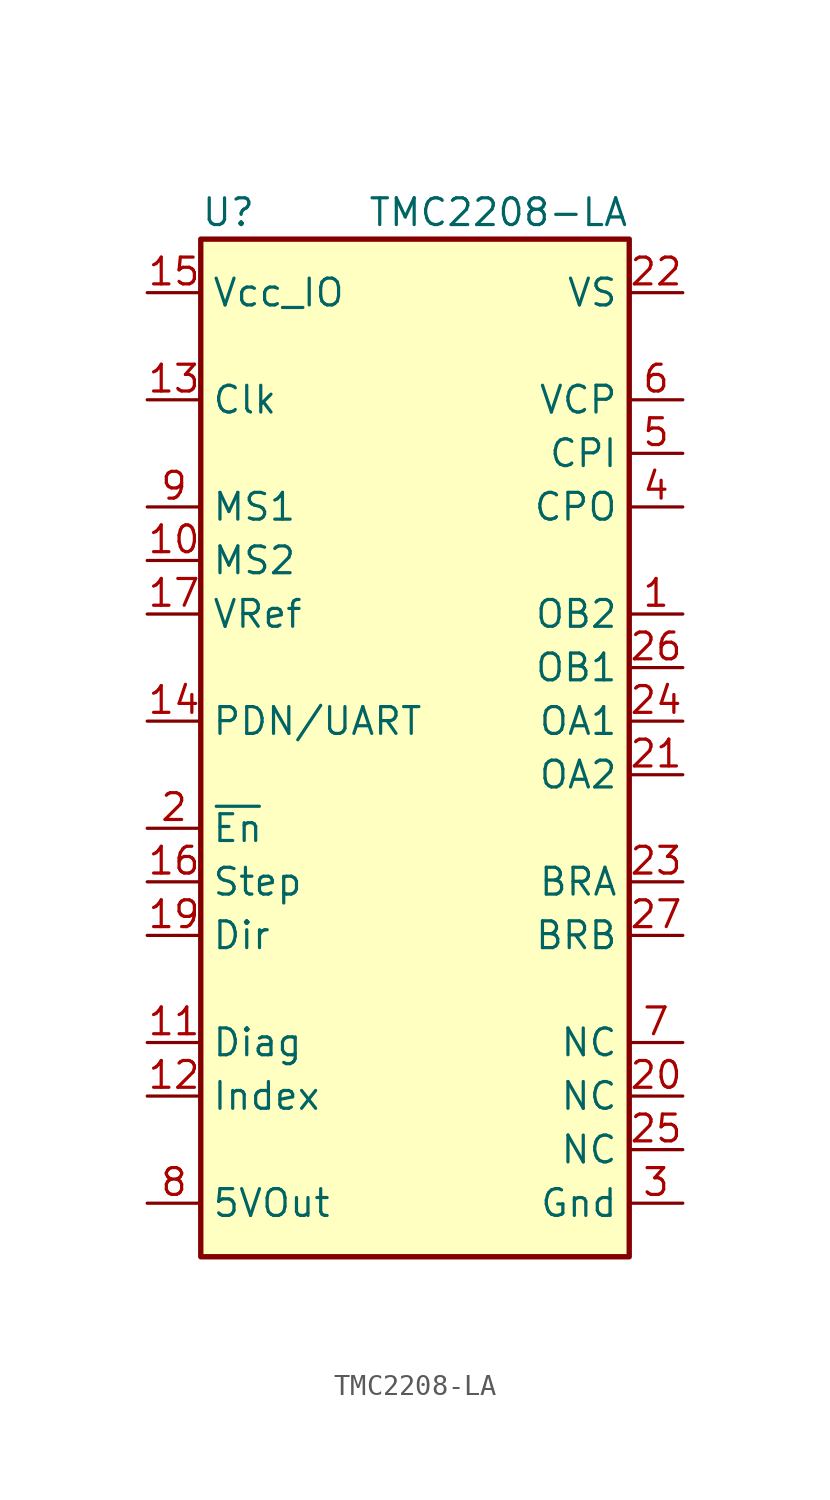
<source format=kicad_sym>
(kicad_symbol_lib
  (version 20220914)
  (generator https://github.com/uPesy/easyeda2kicad.py)
  (symbol "TMC2208-LA"
    (property "Reference" "U"
      (at -10.16 25.4 0)
      (effects (font (size 1.27 1.27)) (justify left)))
    (property "Value" "TMC2208-LA"
      (at 10.16 25.4 0)
      (effects (font (size 1.27 1.27)) (justify right)))
    (symbol "TMC2208-LA_0_0"
      (pin power_out line (at 12.7 6.35 180) (length 2.54) (name "OB2" (effects (font (size 1.27 1.27)))) (number "1" (effects (font (size 1.27 1.27)))))
      (pin input line (at -12.7 8.89 0) (length 2.54) (name "MS2" (effects (font (size 1.27 1.27)))) (number "10" (effects (font (size 1.27 1.27)))))
      (pin output line (at -12.7 -13.97 0) (length 2.54) (name "Diag" (effects (font (size 1.27 1.27)))) (number "11" (effects (font (size 1.27 1.27)))))
      (pin output line (at -12.7 -16.51 0) (length 2.54) (name "Index" (effects (font (size 1.27 1.27)))) (number "12" (effects (font (size 1.27 1.27)))))
      (pin input line (at -12.7 16.51 0) (length 2.54) (name "Clk" (effects (font (size 1.27 1.27)))) (number "13" (effects (font (size 1.27 1.27)))))
      (pin input line (at -12.7 21.59 0) (length 2.54) (name "Vcc_IO" (effects (font (size 1.27 1.27)))) (number "15" (effects (font (size 1.27 1.27)))))
      (pin input line (at -12.7 -6.35 0) (length 2.54) (name "Step" (effects (font (size 1.27 1.27)))) (number "16" (effects (font (size 1.27 1.27)))))
      (pin input line (at -12.7 6.35 0) (length 2.54) (name "VRef" (effects (font (size 1.27 1.27)))) (number "17" (effects (font (size 1.27 1.27)))))
      (pin input line (at -12.7 -8.89 0) (length 2.54) (name "Dir" (effects (font (size 1.27 1.27)))) (number "19" (effects (font (size 1.27 1.27)))))
      (pin passive line (at 12.7 -16.51 180) (length 2.54) (name "NC" (effects (font (size 1.27 1.27)))) (number "20" (effects (font (size 1.27 1.27)))))
      (pin power_in line (at 12.7 -1.27 180) (length 2.54) (name "OA2" (effects (font (size 1.27 1.27)))) (number "21" (effects (font (size 1.27 1.27)))))
      (pin power_in line (at 12.7 21.59 180) (length 2.54) (name "VS" (effects (font (size 1.27 1.27)))) (number "22" (effects (font (size 1.27 1.27)))))
      (pin power_in line (at 12.7 -6.35 180) (length 2.54) (name "BRA" (effects (font (size 1.27 1.27)))) (number "23" (effects (font (size 1.27 1.27)))))
      (pin power_in line (at 12.7 1.27 180) (length 2.54) (name "OA1" (effects (font (size 1.27 1.27)))) (number "24" (effects (font (size 1.27 1.27)))))
      (pin power_in line (at 12.7 3.81 180) (length 2.54) (name "OB1" (effects (font (size 1.27 1.27)))) (number "26" (effects (font (size 1.27 1.27)))))
      (pin power_in line (at 12.7 -8.89 180) (length 2.54) (name "BRB" (effects (font (size 1.27 1.27)))) (number "27" (effects (font (size 1.27 1.27)))))
      (pin power_in line (at 12.7 -21.59 180) (length 2.54) (name "Gnd" (effects (font (size 1.27 1.27)))) (number "3" (effects (font (size 1.27 1.27)))))
      (pin power_out line (at 12.7 11.43 180) (length 2.54) (name "CPO" (effects (font (size 1.27 1.27)))) (number "4" (effects (font (size 1.27 1.27)))))
      (pin power_in line (at 12.7 13.97 180) (length 2.54) (name "CPI" (effects (font (size 1.27 1.27)))) (number "5" (effects (font (size 1.27 1.27)))))
      (pin power_in line (at 12.7 16.51 180) (length 2.54) (name "VCP" (effects (font (size 1.27 1.27)))) (number "6" (effects (font (size 1.27 1.27)))))
      (pin passive line (at 12.7 -13.97 180) (length 2.54) (name "NC" (effects (font (size 1.27 1.27)))) (number "7" (effects (font (size 1.27 1.27)))))
      (pin power_out line (at -12.7 -21.59 0) (length 2.54) (name "5VOut" (effects (font (size 1.27 1.27)))) (number "8" (effects (font (size 1.27 1.27)))))
      (pin input line (at -12.7 11.43 0) (length 2.54) (name "MS1" (effects (font (size 1.27 1.27)))) (number "9" (effects (font (size 1.27 1.27))))))
    (symbol "TMC2208-LA_0_1"
      (rectangle (start -10.16 24.13) (end 10.16 -24.13) (stroke (width 0.254) (type default)) (fill (type background))))
    (symbol "TMC2208-LA_1_0"
      (pin bidirectional line (at -12.7 1.27 0) (length 2.54) (name "PDN/UART" (effects (font (size 1.27 1.27)))) (number "14" (effects (font (size 1.27 1.27)))))
      (pin power_in line (at 12.7 -21.59 180) (length 2.54) hide (name "Gnd" (effects (font (size 1.27 1.27)))) (number "18" (effects (font (size 1.27 1.27)))))
      (pin input line (at -12.7 -3.81 0) (length 2.54) (name "~{En}" (effects (font (size 1.27 1.27)))) (number "2" (effects (font (size 1.27 1.27)))))
      (pin passive line (at 12.7 -19.05 180) (length 2.54) (name "NC" (effects (font (size 1.27 1.27)))) (number "25" (effects (font (size 1.27 1.27)))))
      (pin unspecified line (at 12.7 21.59 180) (length 2.54) hide (name "VS" (effects (font (size 1.27 1.27)))) (number "28" (effects (font (size 1.27 1.27)))))
      (pin unspecified line (at 12.7 -21.59 180) (length 2.54) hide (name "Pad" (effects (font (size 1.27 1.27)))) (number "29" (effects (font (size 1.27 1.27))))))))
</source>
